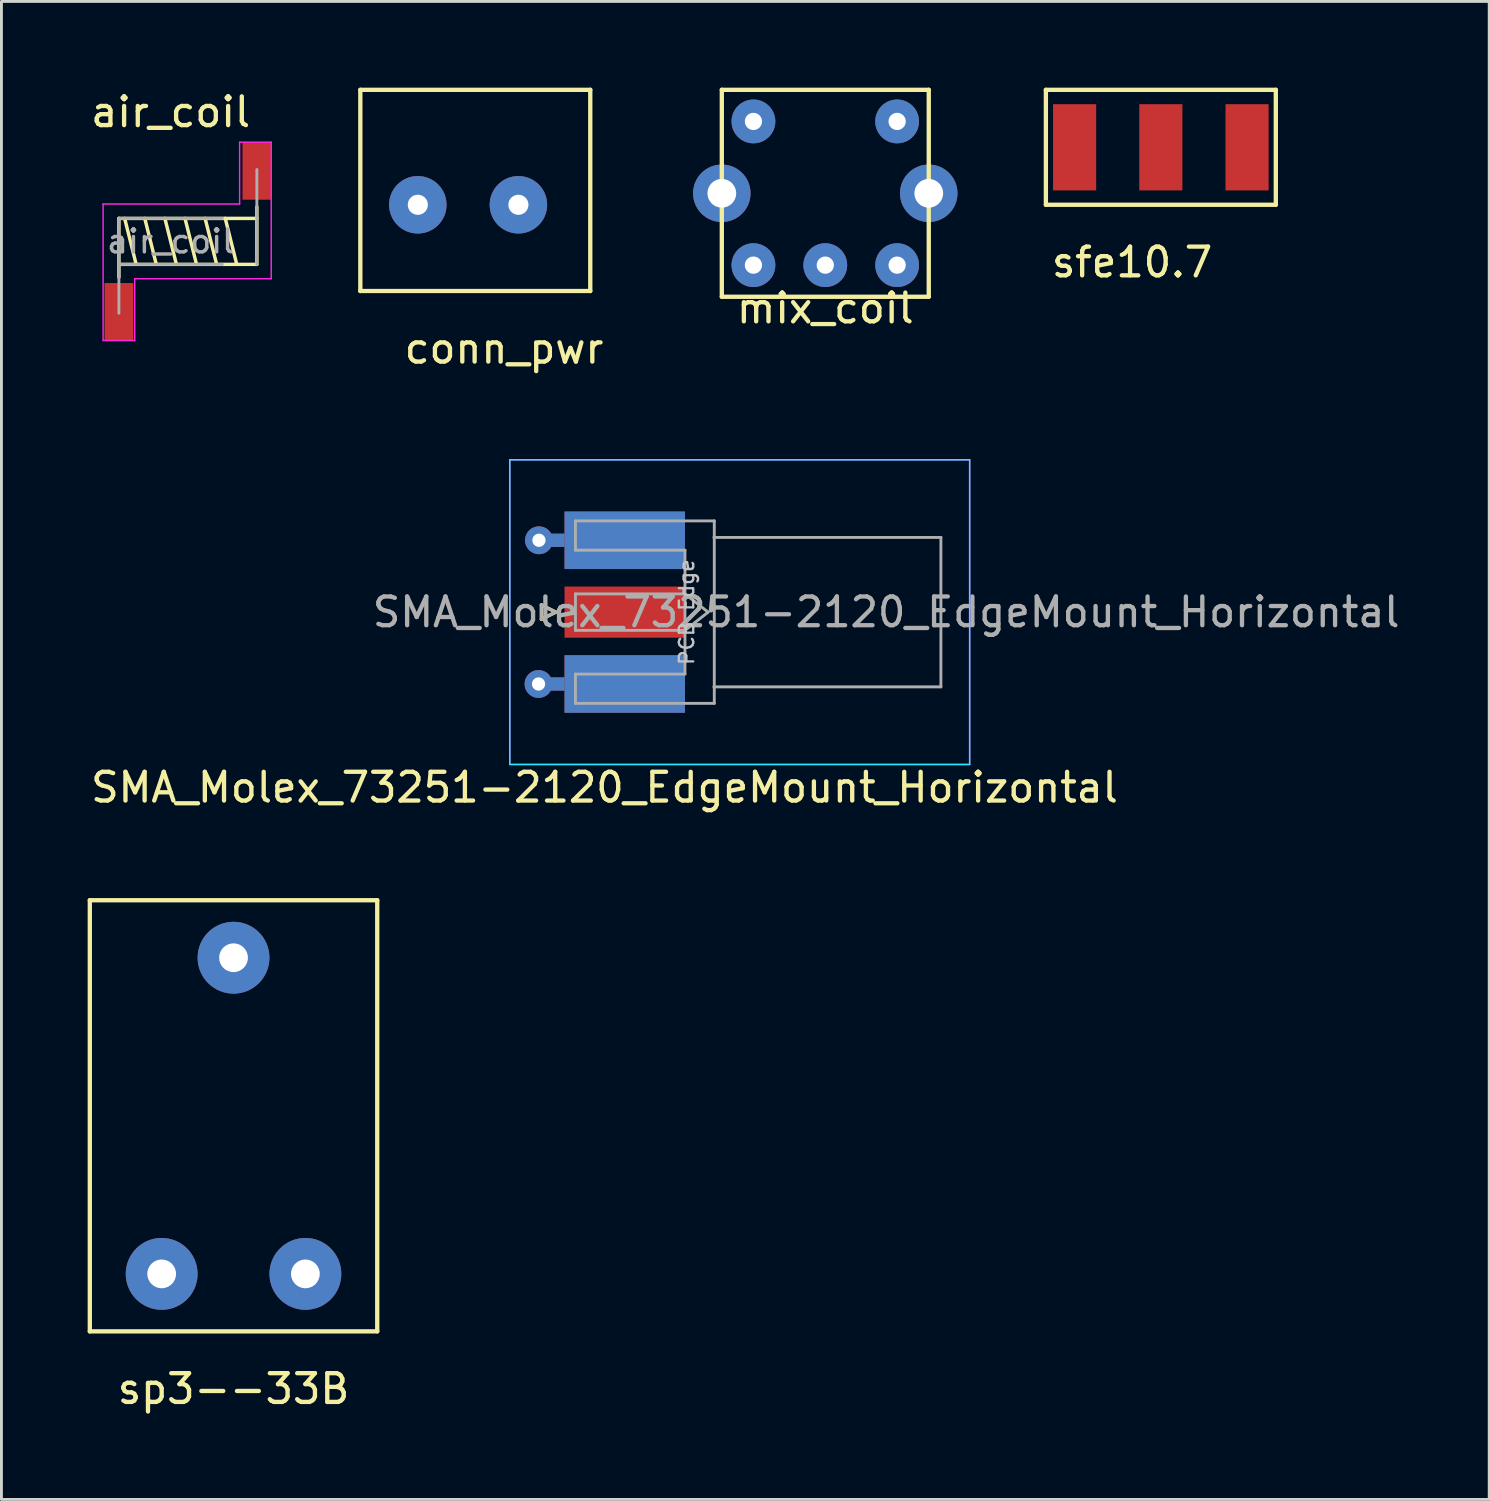
<source format=kicad_pcb>
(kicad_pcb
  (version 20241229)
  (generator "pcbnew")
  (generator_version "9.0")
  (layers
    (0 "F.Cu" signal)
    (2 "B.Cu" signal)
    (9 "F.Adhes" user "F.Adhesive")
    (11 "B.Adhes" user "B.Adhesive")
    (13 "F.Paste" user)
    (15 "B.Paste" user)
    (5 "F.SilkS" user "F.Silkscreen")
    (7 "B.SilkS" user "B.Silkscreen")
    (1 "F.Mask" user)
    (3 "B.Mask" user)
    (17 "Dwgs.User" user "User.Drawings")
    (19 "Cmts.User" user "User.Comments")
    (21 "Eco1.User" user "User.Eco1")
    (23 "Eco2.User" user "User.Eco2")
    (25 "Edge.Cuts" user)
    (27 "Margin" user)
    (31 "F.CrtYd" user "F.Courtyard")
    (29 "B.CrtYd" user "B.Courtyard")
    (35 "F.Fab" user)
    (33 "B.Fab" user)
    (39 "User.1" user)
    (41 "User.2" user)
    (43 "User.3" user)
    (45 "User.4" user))
  (footprint "mix_coil"
    (layer "F.Cu")
    (at 25.664 3.675)
    (property "Reference" "mix_coil" (at 0 4 0) (layer "F.SilkS") (effects (font (size 1 1) (thickness 0.15))))
    (attr through_hole)
    (fp_line (start -3.6 -3.6) (end -3.6 3.6) (stroke (width 0.15) (type solid)) (layer "F.SilkS"))
    (fp_line (start -3.6 3.6) (end 3.6 3.6) (stroke (width 0.15) (type solid)) (layer "F.SilkS"))
    (fp_line (start 3.6 -3.6) (end -3.6 -3.6) (stroke (width 0.15) (type solid)) (layer "F.SilkS"))
    (fp_line (start 3.6 3.6) (end 3.6 -3.6) (stroke (width 0.15) (type solid)) (layer "F.SilkS"))
    (pad "1" thru_hole circle (at -2.5 2.5) (size 1.524 1.524) (drill 0.6) (layers "*.Cu" "*.Mask"))
    (pad "2" thru_hole circle (at 0 2.5) (size 1.524 1.524) (drill 0.6) (layers "*.Cu" "*.Mask"))
    (pad "3" thru_hole circle (at 2.5 2.5) (size 1.524 1.524) (drill 0.6) (layers "*.Cu" "*.Mask"))
    (pad "4" thru_hole circle (at -2.5 -2.5) (size 1.524 1.524) (drill 0.6) (layers "*.Cu" "*.Mask"))
    (pad "5" thru_hole circle (at 2.5 -2.5) (size 1.524 1.524) (drill 0.6) (layers "*.Cu" "*.Mask"))
    (pad "6" thru_hole circle (at -3.6 0) (size 2 2) (drill 1) (layers "*.Cu" "*.Mask"))
    (pad "7" thru_hole circle (at 3.6 0) (size 2 2) (drill 1) (layers "*.Cu" "*.Mask")))
  (footprint "air_coil"
    (layer "F.Cu")
    (at 2.887 5.348)
    (property "Reference" "air_coil" (at 0 -4.5 0) (layer "F.SilkS") (effects (font (size 1 1) (thickness 0.15))))
    (attr smd)
    (fp_line (start -1.8 -0.8) (end -1.8 1.25) (stroke (width 0.12) (type solid)) (layer "F.SilkS"))
    (fp_line (start -1.8 -0.8) (end 3 -0.8) (stroke (width 0.12) (type solid)) (layer "F.SilkS"))
    (fp_line (start -1.6 -0.8) (end -1.2 0.8) (stroke (width 0.12) (type solid)) (layer "F.SilkS"))
    (fp_line (start -0.9 -0.8) (end -0.5 0.8) (stroke (width 0.12) (type solid)) (layer "F.SilkS"))
    (fp_line (start -0.2 -0.8) (end 0.2 0.8) (stroke (width 0.12) (type solid)) (layer "F.SilkS"))
    (fp_line (start 0.5 -0.8) (end 0.9 0.8) (stroke (width 0.12) (type solid)) (layer "F.SilkS"))
    (fp_line (start 1.2 -0.8) (end 1.6 0.8) (stroke (width 0.12) (type solid)) (layer "F.SilkS"))
    (fp_line (start 1.9 -0.8) (end 2.3 0.8) (stroke (width 0.12) (type solid)) (layer "F.SilkS"))
    (fp_line (start 3 0.8) (end -1.8 0.8) (stroke (width 0.12) (type solid)) (layer "F.SilkS"))
    (fp_line (start 3 0.8) (end 3 -1.2) (stroke (width 0.12) (type solid)) (layer "F.SilkS"))
    (fp_line (start -2.35 -1.3) (end -2.35 3.45) (stroke (width 0.05) (type solid)) (layer "F.CrtYd"))
    (fp_line (start -2.35 3.45) (end -1.25 3.45) (stroke (width 0.05) (type solid)) (layer "F.CrtYd"))
    (fp_line (start -1.25 1.3) (end 3.5 1.3) (stroke (width 0.05) (type solid)) (layer "F.CrtYd"))
    (fp_line (start -1.25 3.45) (end -1.25 1.3) (stroke (width 0.05) (type solid)) (layer "F.CrtYd"))
    (fp_line (start 2.4 -3.45) (end 2.4 -1.3) (stroke (width 0.05) (type solid)) (layer "F.CrtYd"))
    (fp_line (start 2.4 -1.3) (end -2.35 -1.3) (stroke (width 0.05) (type solid)) (layer "F.CrtYd"))
    (fp_line (start 3.5 -3.45) (end 2.4 -3.45) (stroke (width 0.05) (type solid)) (layer "F.CrtYd"))
    (fp_line (start 3.5 1.3) (end 3.5 -3.45) (stroke (width 0.05) (type solid)) (layer "F.CrtYd"))
    (fp_line (start -1.8 -0.8) (end -1.8 2.5) (stroke (width 0.1) (type solid)) (layer "F.Fab"))
    (fp_line (start -1.8 -0.8) (end 1.8 -0.8) (stroke (width 0.1) (type solid)) (layer "F.Fab"))
    (fp_line (start 1.8 0.8) (end -1.8 0.8) (stroke (width 0.1) (type solid)) (layer "F.Fab"))
    (fp_line (start 3 0.8) (end 3 -2.5) (stroke (width 0.1) (type solid)) (layer "F.Fab"))
    (fp_text user "${REFERENCE}" (at 0 0 0) (layer "F.Fab") (effects (font (size 0.8 0.8) (thickness 0.12))))
    (pad "1" smd rect (at -1.8 2.45) (size 1 2) (layers "F.Cu" "F.Mask" "F.Paste"))
    (pad "2" smd rect (at 3 -2.45) (size 1 2) (layers "F.Cu" "F.Mask" "F.Paste")))
  (footprint "conn_pwr"
    (layer "F.Cu")
    (at 11.487 4.075)
    (property "Reference" "conn_pwr" (at 3 5 0) (layer "F.SilkS") (effects (font (size 1 1) (thickness 0.15))))
    (attr through_hole)
    (fp_line (start -2 -4) (end 6 -4) (stroke (width 0.15) (type solid)) (layer "F.SilkS"))
    (fp_line (start -2 3) (end -2 -4) (stroke (width 0.15) (type solid)) (layer "F.SilkS"))
    (fp_line (start -2 3) (end 6 3) (stroke (width 0.15) (type solid)) (layer "F.SilkS"))
    (fp_line (start 6 3) (end 6 -4) (stroke (width 0.15) (type solid)) (layer "F.SilkS"))
    (pad "1" thru_hole circle (at 0 0) (size 2 2) (drill 0.7) (layers "*.Cu" "*.Mask"))
    (pad "2" thru_hole circle (at 3.5 0) (size 2 2) (drill 0.7) (layers "*.Cu" "*.Mask")))
  (footprint "sfe10.7"
    (layer "F.Cu")
    (at 36.339 2.075)
    (property "Reference" "sfe10.7" (at 0 4 0) (layer "F.SilkS") (effects (font (size 1 1) (thickness 0.15))))
    (attr through_hole)
    (fp_line (start -3 -2) (end -3 2) (stroke (width 0.15) (type solid)) (layer "F.SilkS"))
    (fp_line (start -3 2) (end 5 2) (stroke (width 0.15) (type solid)) (layer "F.SilkS"))
    (fp_line (start 5 -2) (end -3 -2) (stroke (width 0.15) (type solid)) (layer "F.SilkS"))
    (fp_line (start 5 2) (end 5 -2) (stroke (width 0.15) (type solid)) (layer "F.SilkS"))
    (pad "1" smd rect (at -2 0) (size 1.5 3) (layers "F.Cu" "F.Mask" "F.Paste"))
    (pad "2" smd rect (at 1 0) (size 1.5 3) (layers "F.Cu" "F.Mask" "F.Paste"))
    (pad "3" smd rect (at 4 0) (size 1.5 3) (layers "F.Cu" "F.Mask" "F.Paste")))
  (footprint "sp3--33B"
    (layer "F.Cu")
    (at 5.075 41.272)
    (property "Reference" "sp3--33B" (at 0 4 0) (layer "F.SilkS") (effects (font (size 1 1) (thickness 0.15))))
    (attr through_hole)
    (fp_line (start -5 -13) (end 5 -13) (stroke (width 0.15) (type solid)) (layer "F.SilkS"))
    (fp_line (start -5 2) (end -5 -13) (stroke (width 0.15) (type solid)) (layer "F.SilkS"))
    (fp_line (start 5 -13) (end 5 2) (stroke (width 0.15) (type solid)) (layer "F.SilkS"))
    (fp_line (start 5 2) (end -5 2) (stroke (width 0.15) (type solid)) (layer "F.SilkS"))
    (pad "1" thru_hole circle (at -2.5 0) (size 2.5 2.5) (drill 1) (layers "*.Cu" "*.Mask"))
    (pad "2" thru_hole circle (at 0 -11) (size 2.5 2.5) (drill 1) (layers "*.Cu" "*.Mask"))
    (pad "3" thru_hole circle (at 2.5 0) (size 2.5 2.5) (drill 1) (layers "*.Cu" "*.Mask")))
  (footprint "SMA_Molex_73251-2120_EdgeMount_Horizontal"
    (layer "F.Cu")
    (at 18.687 18.248)
    (property "Reference" "SMA_Molex_73251-2120_EdgeMount_Horizontal" (at -0.705 6.1 0) (layer "F.SilkS") (effects (font (size 1 1) (thickness 0.15))))
    (attr smd)
    (fp_line (start -2.9 -0.25) (end -2.9 0.25) (stroke (width 0.12) (type solid)) (layer "F.SilkS"))
    (fp_line (start -2.9 0.25) (end -2.4 0) (stroke (width 0.12) (type solid)) (layer "F.SilkS"))
    (fp_line (start -2.4 0) (end -2.9 -0.25) (stroke (width 0.12) (type solid)) (layer "F.SilkS"))
    (fp_line (start -4 -5.3) (end -4 5.3) (stroke (width 0.05) (type solid)) (layer "B.CrtYd"))
    (fp_line (start -4 -5.3) (end 12 -5.3) (stroke (width 0.05) (type solid)) (layer "B.CrtYd"))
    (fp_line (start 12 -5.3) (end 12 5.3) (stroke (width 0.05) (type solid)) (layer "B.CrtYd"))
    (fp_line (start 12 5.3) (end -4 5.3) (stroke (width 0.05) (type solid)) (layer "B.CrtYd"))
    (fp_line (start -4 -5.3) (end -4 5.3) (stroke (width 0.05) (type solid)) (layer "F.CrtYd"))
    (fp_line (start -4 -5.3) (end 12 -5.3) (stroke (width 0.05) (type solid)) (layer "F.CrtYd"))
    (fp_line (start 12 -5.3) (end 12 5.3) (stroke (width 0.05) (type solid)) (layer "F.CrtYd"))
    (fp_line (start 12 5.3) (end -4 5.3) (stroke (width 0.05) (type solid)) (layer "F.CrtYd"))
    (fp_line (start -2.9 -0.25) (end -2.4 0) (stroke (width 0.1) (type solid)) (layer "F.Fab"))
    (fp_line (start -2.9 0.25) (end -2.9 -0.25) (stroke (width 0.1) (type solid)) (layer "F.Fab"))
    (fp_line (start -2.4 0) (end -2.9 0.25) (stroke (width 0.1) (type solid)) (layer "F.Fab"))
    (fp_line (start -1.715 -3.175) (end -1.715 -2.155) (stroke (width 0.1) (type solid)) (layer "F.Fab"))
    (fp_line (start -1.715 -3.175) (end 3.115 -3.175) (stroke (width 0.1) (type solid)) (layer "F.Fab"))
    (fp_line (start -1.715 -0.635) (end -1.715 0.635) (stroke (width 0.1) (type solid)) (layer "F.Fab"))
    (fp_line (start -1.715 3.175) (end -1.715 2.155) (stroke (width 0.1) (type solid)) (layer "F.Fab"))
    (fp_line (start 2.095 -2.155) (end -1.715 -2.155) (stroke (width 0.1) (type solid)) (layer "F.Fab"))
    (fp_line (start 2.095 -2.155) (end 2.095 2.155) (stroke (width 0.1) (type solid)) (layer "F.Fab"))
    (fp_line (start 2.095 -0.635) (end -1.715 -0.635) (stroke (width 0.1) (type solid)) (layer "F.Fab"))
    (fp_line (start 2.095 -0.635) (end 2.9 0) (stroke (width 0.1) (type solid)) (layer "F.Fab"))
    (fp_line (start 2.095 0.635) (end -1.715 0.635) (stroke (width 0.1) (type solid)) (layer "F.Fab"))
    (fp_line (start 2.095 2.155) (end -1.715 2.155) (stroke (width 0.1) (type solid)) (layer "F.Fab"))
    (fp_line (start 2.9 0) (end 2.095 0.635) (stroke (width 0.1) (type solid)) (layer "F.Fab"))
    (fp_line (start 3.115 -3.175) (end 3.115 3.175) (stroke (width 0.1) (type solid)) (layer "F.Fab"))
    (fp_line (start 3.115 3.175) (end -1.715 3.175) (stroke (width 0.1) (type solid)) (layer "F.Fab"))
    (fp_line (start 11 -2.6) (end 3.1 -2.6) (stroke (width 0.1) (type solid)) (layer "F.Fab"))
    (fp_line (start 11 -2.6) (end 11 2.6) (stroke (width 0.1) (type solid)) (layer "F.Fab"))
    (fp_line (start 11 2.6) (end 3.1 2.6) (stroke (width 0.1) (type solid)) (layer "F.Fab"))
    (fp_text user "PCB Edge" (at 2.155 0 270) (layer "Dwgs.User") (effects (font (size 0.5 0.5) (thickness 0.08))))
    (fp_text user "${REFERENCE}" (at 9.095 0 0) (layer "F.Fab") (effects (font (size 1 1) (thickness 0.15))))
    (pad "1" smd rect (at 0 0) (size 4.19 1.78) (layers "F.Cu" "F.Mask" "F.Paste"))
    (pad "2" thru_hole circle (at -3 2.5) (size 0.97 0.97) (drill 0.46) (layers "*.Cu"))
    (pad "2" thru_hole circle (at -2.985 -2.5) (size 0.97 0.97) (drill 0.46) (layers "*.Cu"))
    (pad "2" smd rect (at -2.54 -2.5) (size 0.89 0.46) (layers "F.Cu"))
    (pad "2" smd rect (at -2.54 -2.5) (size 0.89 0.46) (layers "B.Cu"))
    (pad "2" smd rect (at -2.54 2.5) (size 0.89 0.46) (layers "F.Cu"))
    (pad "2" smd rect (at -2.54 2.5) (size 0.89 0.46) (layers "B.Cu"))
    (pad "2" smd rect (at 0 -2.5) (size 4.19 2) (layers "F.Cu" "F.Mask" "F.Paste"))
    (pad "2" smd rect (at 0 -2.5) (size 4.19 2) (layers "B.Cu" "B.Mask" "B.Paste"))
    (pad "2" smd rect (at 0 2.5) (size 4.19 2) (layers "F.Cu" "F.Mask" "F.Paste"))
    (pad "2" smd rect (at 0 2.5) (size 4.19 2) (layers "B.Cu" "B.Mask" "B.Paste")))
  (gr_rect
    (start -3 -3)
    (end 48.764 49.12)
    (stroke (width 0.1) (type default))
    (fill no)
    (layer "Edge.Cuts")))
</source>
